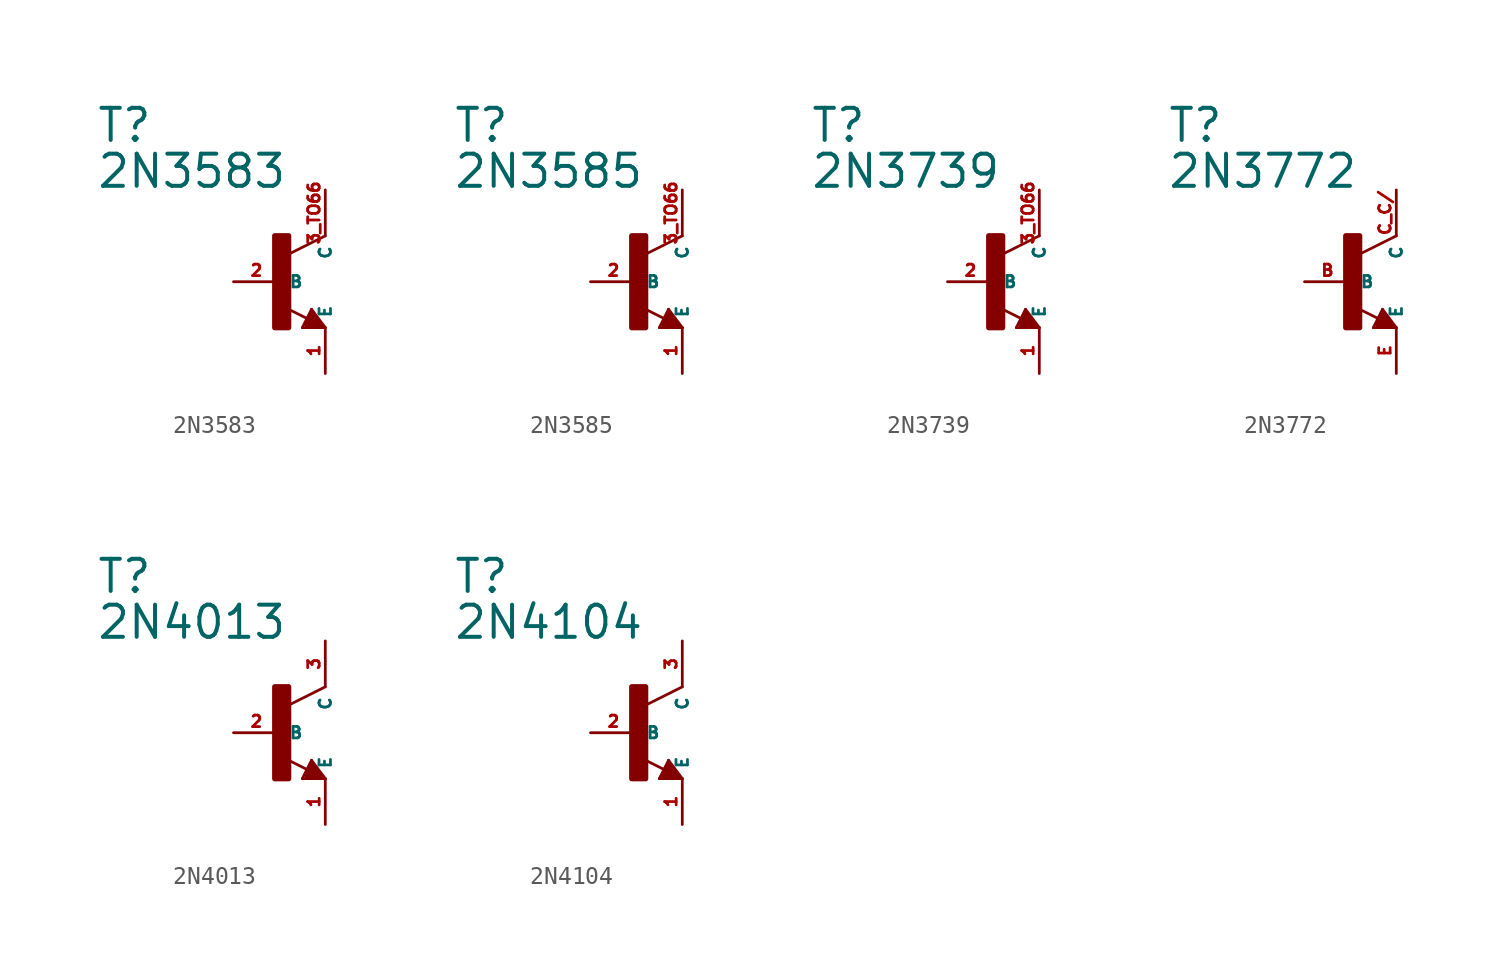
<source format=kicad_sym>
(kicad_symbol_lib
  (version 20220914)
  (generator Eagle2Kicad)
  (symbol "2N3583"
    (property "Reference" "T"
      (at -10.16 7.62 0)
      (effects (font (size 1.778 1.778) (thickness 0.22)) (justify left bottom)))
    (property "Value" "2N3583"
      (at -10.16 5.08 0)
      (effects (font (size 1.778 1.778) (thickness 0.22)) (justify left bottom)))
    (polyline
      (pts (xy 2.54 2.54) (xy 0.508 1.524))
      (stroke (width 0.152) (type default))
      (fill (type none)))
    (polyline
      (pts (xy 1.778 -1.524) (xy 2.54 -2.54))
      (stroke (width 0.152) (type default))
      (fill (type none)))
    (polyline
      (pts (xy 2.54 -2.54) (xy 1.27 -2.54))
      (stroke (width 0.152) (type default))
      (fill (type none)))
    (polyline
      (pts (xy 1.27 -2.54) (xy 1.778 -1.524))
      (stroke (width 0.152) (type default))
      (fill (type none)))
    (polyline
      (pts (xy 1.54 -2.04) (xy 0.308 -1.424))
      (stroke (width 0.152) (type default))
      (fill (type none)))
    (polyline
      (pts (xy 1.524 -2.413) (xy 2.286 -2.413))
      (stroke (width 0.254) (type default))
      (fill (type none)))
    (polyline
      (pts (xy 2.286 -2.413) (xy 1.778 -1.778))
      (stroke (width 0.254) (type default))
      (fill (type none)))
    (polyline
      (pts (xy 1.778 -1.778) (xy 1.524 -2.286))
      (stroke (width 0.254) (type default))
      (fill (type none)))
    (polyline
      (pts (xy 1.524 -2.286) (xy 1.905 -2.286))
      (stroke (width 0.254) (type default))
      (fill (type none)))
    (polyline
      (pts (xy 1.905 -2.286) (xy 1.778 -2.032))
      (stroke (width 0.254) (type default))
      (fill (type none)))
    (rectangle
      (start -0.254 -2.54)
      (end 0.508 2.54)
      (stroke (width 0.3) (type default))
      (fill (type outline)))
    (pin passive line
      (at -2.54 0 0)
      (length 2.54)
      (name "B" (effects (font (size 0.635 0.635) (thickness 0.08)) (justify left bottom)))
      (number "2" (effects (font (size 0.635 0.635) (thickness 0.08)) (justify left bottom))))
    (pin passive line
      (at 2.54 -5.08 90)
      (length 2.54)
      (name "E" (effects (font (size 0.635 0.635) (thickness 0.08)) (justify left bottom)))
      (number "1" (effects (font (size 0.635 0.635) (thickness 0.08)) (justify left bottom))))
    (pin passive line
      (at 2.54 5.08 270)
      (length 2.54)
      (name "C" (effects (font (size 0.635 0.635) (thickness 0.08)) (justify left bottom)))
      (number "3 TO66" (effects (font (size 0.635 0.635) (thickness 0.08)) (justify left bottom)))))
  (symbol "2N3585"
    (property "Reference" "T"
      (at -10.16 7.62 0)
      (effects (font (size 1.778 1.778) (thickness 0.22)) (justify left bottom)))
    (property "Value" "2N3585"
      (at -10.16 5.08 0)
      (effects (font (size 1.778 1.778) (thickness 0.22)) (justify left bottom)))
    (polyline
      (pts (xy 2.54 2.54) (xy 0.508 1.524))
      (stroke (width 0.152) (type default))
      (fill (type none)))
    (polyline
      (pts (xy 1.778 -1.524) (xy 2.54 -2.54))
      (stroke (width 0.152) (type default))
      (fill (type none)))
    (polyline
      (pts (xy 2.54 -2.54) (xy 1.27 -2.54))
      (stroke (width 0.152) (type default))
      (fill (type none)))
    (polyline
      (pts (xy 1.27 -2.54) (xy 1.778 -1.524))
      (stroke (width 0.152) (type default))
      (fill (type none)))
    (polyline
      (pts (xy 1.54 -2.04) (xy 0.308 -1.424))
      (stroke (width 0.152) (type default))
      (fill (type none)))
    (polyline
      (pts (xy 1.524 -2.413) (xy 2.286 -2.413))
      (stroke (width 0.254) (type default))
      (fill (type none)))
    (polyline
      (pts (xy 2.286 -2.413) (xy 1.778 -1.778))
      (stroke (width 0.254) (type default))
      (fill (type none)))
    (polyline
      (pts (xy 1.778 -1.778) (xy 1.524 -2.286))
      (stroke (width 0.254) (type default))
      (fill (type none)))
    (polyline
      (pts (xy 1.524 -2.286) (xy 1.905 -2.286))
      (stroke (width 0.254) (type default))
      (fill (type none)))
    (polyline
      (pts (xy 1.905 -2.286) (xy 1.778 -2.032))
      (stroke (width 0.254) (type default))
      (fill (type none)))
    (rectangle
      (start -0.254 -2.54)
      (end 0.508 2.54)
      (stroke (width 0.3) (type default))
      (fill (type outline)))
    (pin passive line
      (at -2.54 0 0)
      (length 2.54)
      (name "B" (effects (font (size 0.635 0.635) (thickness 0.08)) (justify left bottom)))
      (number "2" (effects (font (size 0.635 0.635) (thickness 0.08)) (justify left bottom))))
    (pin passive line
      (at 2.54 -5.08 90)
      (length 2.54)
      (name "E" (effects (font (size 0.635 0.635) (thickness 0.08)) (justify left bottom)))
      (number "1" (effects (font (size 0.635 0.635) (thickness 0.08)) (justify left bottom))))
    (pin passive line
      (at 2.54 5.08 270)
      (length 2.54)
      (name "C" (effects (font (size 0.635 0.635) (thickness 0.08)) (justify left bottom)))
      (number "3 TO66" (effects (font (size 0.635 0.635) (thickness 0.08)) (justify left bottom)))))
  (symbol "2N3739"
    (property "Reference" "T"
      (at -10.16 7.62 0)
      (effects (font (size 1.778 1.778) (thickness 0.22)) (justify left bottom)))
    (property "Value" "2N3739"
      (at -10.16 5.08 0)
      (effects (font (size 1.778 1.778) (thickness 0.22)) (justify left bottom)))
    (polyline
      (pts (xy 2.54 2.54) (xy 0.508 1.524))
      (stroke (width 0.152) (type default))
      (fill (type none)))
    (polyline
      (pts (xy 1.778 -1.524) (xy 2.54 -2.54))
      (stroke (width 0.152) (type default))
      (fill (type none)))
    (polyline
      (pts (xy 2.54 -2.54) (xy 1.27 -2.54))
      (stroke (width 0.152) (type default))
      (fill (type none)))
    (polyline
      (pts (xy 1.27 -2.54) (xy 1.778 -1.524))
      (stroke (width 0.152) (type default))
      (fill (type none)))
    (polyline
      (pts (xy 1.54 -2.04) (xy 0.308 -1.424))
      (stroke (width 0.152) (type default))
      (fill (type none)))
    (polyline
      (pts (xy 1.524 -2.413) (xy 2.286 -2.413))
      (stroke (width 0.254) (type default))
      (fill (type none)))
    (polyline
      (pts (xy 2.286 -2.413) (xy 1.778 -1.778))
      (stroke (width 0.254) (type default))
      (fill (type none)))
    (polyline
      (pts (xy 1.778 -1.778) (xy 1.524 -2.286))
      (stroke (width 0.254) (type default))
      (fill (type none)))
    (polyline
      (pts (xy 1.524 -2.286) (xy 1.905 -2.286))
      (stroke (width 0.254) (type default))
      (fill (type none)))
    (polyline
      (pts (xy 1.905 -2.286) (xy 1.778 -2.032))
      (stroke (width 0.254) (type default))
      (fill (type none)))
    (rectangle
      (start -0.254 -2.54)
      (end 0.508 2.54)
      (stroke (width 0.3) (type default))
      (fill (type outline)))
    (pin passive line
      (at -2.54 0 0)
      (length 2.54)
      (name "B" (effects (font (size 0.635 0.635) (thickness 0.08)) (justify left bottom)))
      (number "2" (effects (font (size 0.635 0.635) (thickness 0.08)) (justify left bottom))))
    (pin passive line
      (at 2.54 -5.08 90)
      (length 2.54)
      (name "E" (effects (font (size 0.635 0.635) (thickness 0.08)) (justify left bottom)))
      (number "1" (effects (font (size 0.635 0.635) (thickness 0.08)) (justify left bottom))))
    (pin passive line
      (at 2.54 5.08 270)
      (length 2.54)
      (name "C" (effects (font (size 0.635 0.635) (thickness 0.08)) (justify left bottom)))
      (number "3 TO66" (effects (font (size 0.635 0.635) (thickness 0.08)) (justify left bottom)))))
  (symbol "2N3772"
    (property "Reference" "T"
      (at -10.16 7.62 0)
      (effects (font (size 1.778 1.778) (thickness 0.22)) (justify left bottom)))
    (property "Value" "2N3772"
      (at -10.16 5.08 0)
      (effects (font (size 1.778 1.778) (thickness 0.22)) (justify left bottom)))
    (polyline
      (pts (xy 2.54 2.54) (xy 0.508 1.524))
      (stroke (width 0.152) (type default))
      (fill (type none)))
    (polyline
      (pts (xy 1.778 -1.524) (xy 2.54 -2.54))
      (stroke (width 0.152) (type default))
      (fill (type none)))
    (polyline
      (pts (xy 2.54 -2.54) (xy 1.27 -2.54))
      (stroke (width 0.152) (type default))
      (fill (type none)))
    (polyline
      (pts (xy 1.27 -2.54) (xy 1.778 -1.524))
      (stroke (width 0.152) (type default))
      (fill (type none)))
    (polyline
      (pts (xy 1.54 -2.04) (xy 0.308 -1.424))
      (stroke (width 0.152) (type default))
      (fill (type none)))
    (polyline
      (pts (xy 1.524 -2.413) (xy 2.286 -2.413))
      (stroke (width 0.254) (type default))
      (fill (type none)))
    (polyline
      (pts (xy 2.286 -2.413) (xy 1.778 -1.778))
      (stroke (width 0.254) (type default))
      (fill (type none)))
    (polyline
      (pts (xy 1.778 -1.778) (xy 1.524 -2.286))
      (stroke (width 0.254) (type default))
      (fill (type none)))
    (polyline
      (pts (xy 1.524 -2.286) (xy 1.905 -2.286))
      (stroke (width 0.254) (type default))
      (fill (type none)))
    (polyline
      (pts (xy 1.905 -2.286) (xy 1.778 -2.032))
      (stroke (width 0.254) (type default))
      (fill (type none)))
    (rectangle
      (start -0.254 -2.54)
      (end 0.508 2.54)
      (stroke (width 0.3) (type default))
      (fill (type outline)))
    (pin passive line
      (at -2.54 0 0)
      (length 2.54)
      (name "B" (effects (font (size 0.635 0.635) (thickness 0.08)) (justify left bottom)))
      (number "B" (effects (font (size 0.635 0.635) (thickness 0.08)) (justify left bottom))))
    (pin passive line
      (at 2.54 -5.08 90)
      (length 2.54)
      (name "E" (effects (font (size 0.635 0.635) (thickness 0.08)) (justify left bottom)))
      (number "E" (effects (font (size 0.635 0.635) (thickness 0.08)) (justify left bottom))))
    (pin passive line
      (at 2.54 5.08 270)
      (length 2.54)
      (name "C" (effects (font (size 0.635 0.635) (thickness 0.08)) (justify left bottom)))
      (number "C C/" (effects (font (size 0.635 0.635) (thickness 0.08)) (justify left bottom)))))
  (symbol "2N4013"
    (property "Reference" "T"
      (at -10.16 7.62 0)
      (effects (font (size 1.778 1.778) (thickness 0.22)) (justify left bottom)))
    (property "Value" "2N4013"
      (at -10.16 5.08 0)
      (effects (font (size 1.778 1.778) (thickness 0.22)) (justify left bottom)))
    (polyline
      (pts (xy 2.54 2.54) (xy 0.508 1.524))
      (stroke (width 0.152) (type default))
      (fill (type none)))
    (polyline
      (pts (xy 1.778 -1.524) (xy 2.54 -2.54))
      (stroke (width 0.152) (type default))
      (fill (type none)))
    (polyline
      (pts (xy 2.54 -2.54) (xy 1.27 -2.54))
      (stroke (width 0.152) (type default))
      (fill (type none)))
    (polyline
      (pts (xy 1.27 -2.54) (xy 1.778 -1.524))
      (stroke (width 0.152) (type default))
      (fill (type none)))
    (polyline
      (pts (xy 1.54 -2.04) (xy 0.308 -1.424))
      (stroke (width 0.152) (type default))
      (fill (type none)))
    (polyline
      (pts (xy 1.524 -2.413) (xy 2.286 -2.413))
      (stroke (width 0.254) (type default))
      (fill (type none)))
    (polyline
      (pts (xy 2.286 -2.413) (xy 1.778 -1.778))
      (stroke (width 0.254) (type default))
      (fill (type none)))
    (polyline
      (pts (xy 1.778 -1.778) (xy 1.524 -2.286))
      (stroke (width 0.254) (type default))
      (fill (type none)))
    (polyline
      (pts (xy 1.524 -2.286) (xy 1.905 -2.286))
      (stroke (width 0.254) (type default))
      (fill (type none)))
    (polyline
      (pts (xy 1.905 -2.286) (xy 1.778 -2.032))
      (stroke (width 0.254) (type default))
      (fill (type none)))
    (rectangle
      (start -0.254 -2.54)
      (end 0.508 2.54)
      (stroke (width 0.3) (type default))
      (fill (type outline)))
    (pin passive line
      (at -2.54 0 0)
      (length 2.54)
      (name "B" (effects (font (size 0.635 0.635) (thickness 0.08)) (justify left bottom)))
      (number "2" (effects (font (size 0.635 0.635) (thickness 0.08)) (justify left bottom))))
    (pin passive line
      (at 2.54 -5.08 90)
      (length 2.54)
      (name "E" (effects (font (size 0.635 0.635) (thickness 0.08)) (justify left bottom)))
      (number "1" (effects (font (size 0.635 0.635) (thickness 0.08)) (justify left bottom))))
    (pin passive line
      (at 2.54 5.08 270)
      (length 2.54)
      (name "C" (effects (font (size 0.635 0.635) (thickness 0.08)) (justify left bottom)))
      (number "3" (effects (font (size 0.635 0.635) (thickness 0.08)) (justify left bottom)))))
  (symbol "2N4104"
    (property "Reference" "T"
      (at -10.16 7.62 0)
      (effects (font (size 1.778 1.778) (thickness 0.22)) (justify left bottom)))
    (property "Value" "2N4104"
      (at -10.16 5.08 0)
      (effects (font (size 1.778 1.778) (thickness 0.22)) (justify left bottom)))
    (polyline
      (pts (xy 2.54 2.54) (xy 0.508 1.524))
      (stroke (width 0.152) (type default))
      (fill (type none)))
    (polyline
      (pts (xy 1.778 -1.524) (xy 2.54 -2.54))
      (stroke (width 0.152) (type default))
      (fill (type none)))
    (polyline
      (pts (xy 2.54 -2.54) (xy 1.27 -2.54))
      (stroke (width 0.152) (type default))
      (fill (type none)))
    (polyline
      (pts (xy 1.27 -2.54) (xy 1.778 -1.524))
      (stroke (width 0.152) (type default))
      (fill (type none)))
    (polyline
      (pts (xy 1.54 -2.04) (xy 0.308 -1.424))
      (stroke (width 0.152) (type default))
      (fill (type none)))
    (polyline
      (pts (xy 1.524 -2.413) (xy 2.286 -2.413))
      (stroke (width 0.254) (type default))
      (fill (type none)))
    (polyline
      (pts (xy 2.286 -2.413) (xy 1.778 -1.778))
      (stroke (width 0.254) (type default))
      (fill (type none)))
    (polyline
      (pts (xy 1.778 -1.778) (xy 1.524 -2.286))
      (stroke (width 0.254) (type default))
      (fill (type none)))
    (polyline
      (pts (xy 1.524 -2.286) (xy 1.905 -2.286))
      (stroke (width 0.254) (type default))
      (fill (type none)))
    (polyline
      (pts (xy 1.905 -2.286) (xy 1.778 -2.032))
      (stroke (width 0.254) (type default))
      (fill (type none)))
    (rectangle
      (start -0.254 -2.54)
      (end 0.508 2.54)
      (stroke (width 0.3) (type default))
      (fill (type outline)))
    (pin passive line
      (at -2.54 0 0)
      (length 2.54)
      (name "B" (effects (font (size 0.635 0.635) (thickness 0.08)) (justify left bottom)))
      (number "2" (effects (font (size 0.635 0.635) (thickness 0.08)) (justify left bottom))))
    (pin passive line
      (at 2.54 -5.08 90)
      (length 2.54)
      (name "E" (effects (font (size 0.635 0.635) (thickness 0.08)) (justify left bottom)))
      (number "1" (effects (font (size 0.635 0.635) (thickness 0.08)) (justify left bottom))))
    (pin passive line
      (at 2.54 5.08 270)
      (length 2.54)
      (name "C" (effects (font (size 0.635 0.635) (thickness 0.08)) (justify left bottom)))
      (number "3" (effects (font (size 0.635 0.635) (thickness 0.08)) (justify left bottom))))))
</source>
